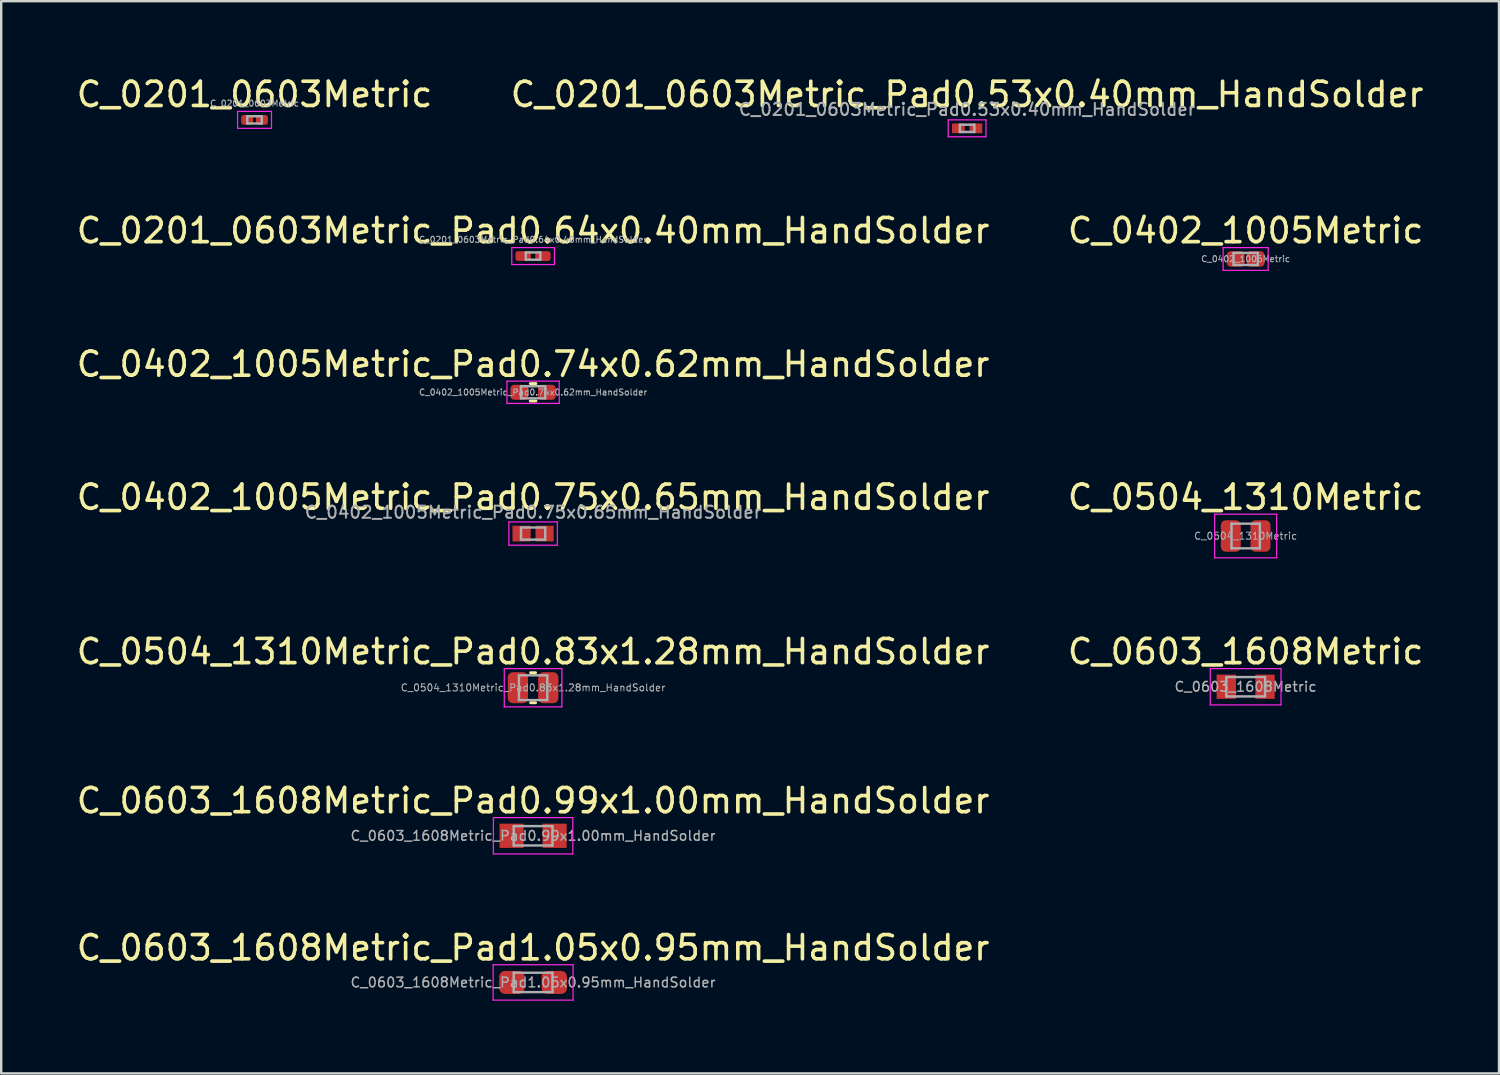
<source format=kicad_pcb>
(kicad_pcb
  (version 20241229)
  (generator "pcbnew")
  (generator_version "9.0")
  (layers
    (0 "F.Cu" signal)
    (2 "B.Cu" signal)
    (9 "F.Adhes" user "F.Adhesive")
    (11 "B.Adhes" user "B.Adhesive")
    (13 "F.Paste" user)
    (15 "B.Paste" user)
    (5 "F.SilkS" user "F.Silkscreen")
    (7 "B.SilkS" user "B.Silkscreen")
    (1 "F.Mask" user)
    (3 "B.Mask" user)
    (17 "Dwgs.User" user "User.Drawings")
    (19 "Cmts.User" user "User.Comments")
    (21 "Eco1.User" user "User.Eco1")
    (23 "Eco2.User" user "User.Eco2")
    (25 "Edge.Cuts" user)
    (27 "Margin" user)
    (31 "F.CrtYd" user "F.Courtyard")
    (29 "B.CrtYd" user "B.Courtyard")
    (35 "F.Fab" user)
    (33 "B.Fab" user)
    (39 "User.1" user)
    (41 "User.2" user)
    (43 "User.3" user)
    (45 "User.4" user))
  (footprint "C_0603_1608Metric_Pad1.05x0.95mm_HandSolder"
    (layer "F.Cu")
    (at 18.958 37.508)
    (property "Reference" "C_0603_1608Metric_Pad1.05x0.95mm_HandSolder" (at 0 -1.43 0) (layer "F.SilkS") (effects (font (size 1 1) (thickness 0.15))))
    (attr smd)
    (fp_line (start -1.65 -0.73) (end 1.65 -0.73) (stroke (width 0.05) (type solid)) (layer "F.CrtYd"))
    (fp_line (start -1.65 0.73) (end -1.65 -0.73) (stroke (width 0.05) (type solid)) (layer "F.CrtYd"))
    (fp_line (start 1.65 -0.73) (end 1.65 0.73) (stroke (width 0.05) (type solid)) (layer "F.CrtYd"))
    (fp_line (start 1.65 0.73) (end -1.65 0.73) (stroke (width 0.05) (type solid)) (layer "F.CrtYd"))
    (fp_line (start -0.8 -0.4) (end 0.8 -0.4) (stroke (width 0.1) (type solid)) (layer "F.Fab"))
    (fp_line (start -0.8 0.4) (end -0.8 -0.4) (stroke (width 0.1) (type solid)) (layer "F.Fab"))
    (fp_line (start 0.8 -0.4) (end 0.8 0.4) (stroke (width 0.1) (type solid)) (layer "F.Fab"))
    (fp_line (start 0.8 0.4) (end -0.8 0.4) (stroke (width 0.1) (type solid)) (layer "F.Fab"))
    (fp_text user "${REFERENCE}" (at 0 0 0) (layer "F.Fab") (effects (font (size 0.4 0.4) (thickness 0.06))))
    (pad "1" smd roundrect (at -0.875 0) (size 1.05 0.95) (layers "F.Cu" "F.Mask" "F.Paste") (roundrect_rratio 0.25))
    (pad "2" smd roundrect (at 0.875 0) (size 1.05 0.95) (layers "F.Cu" "F.Mask" "F.Paste") (roundrect_rratio 0.25)))
  (footprint "C_0603_1608Metric"
    (layer "F.Cu")
    (at 48.375 25.301)
    (property "Reference" "C_0603_1608Metric" (at 0 -1.45 0) (layer "F.SilkS") (effects (font (size 1 1) (thickness 0.15))))
    (attr smd)
    (fp_line (start -1.46 -0.75) (end 1.46 -0.75) (stroke (width 0.05) (type solid)) (layer "F.CrtYd"))
    (fp_line (start -1.46 0.75) (end -1.46 -0.75) (stroke (width 0.05) (type solid)) (layer "F.CrtYd"))
    (fp_line (start 1.46 -0.75) (end 1.46 0.75) (stroke (width 0.05) (type solid)) (layer "F.CrtYd"))
    (fp_line (start 1.46 0.75) (end -1.46 0.75) (stroke (width 0.05) (type solid)) (layer "F.CrtYd"))
    (fp_line (start -0.8 -0.4) (end 0.8 -0.4) (stroke (width 0.1) (type solid)) (layer "F.Fab"))
    (fp_line (start -0.8 0.4) (end -0.8 -0.4) (stroke (width 0.1) (type solid)) (layer "F.Fab"))
    (fp_line (start 0.8 -0.4) (end 0.8 0.4) (stroke (width 0.1) (type solid)) (layer "F.Fab"))
    (fp_line (start 0.8 0.4) (end -0.8 0.4) (stroke (width 0.1) (type solid)) (layer "F.Fab"))
    (fp_text user "${REFERENCE}" (at 0 0 0) (layer "F.Fab") (effects (font (size 0.4 0.4) (thickness 0.06))))
    (pad "1" smd rect (at -0.8 0) (size 0.8 1) (layers "F.Cu" "F.Mask" "F.Paste"))
    (pad "2" smd rect (at 0.8 0) (size 0.8 1) (layers "F.Cu" "F.Mask" "F.Paste")))
  (footprint "C_0201_0603Metric_Pad0.53x0.40mm_HandSolder"
    (layer "F.Cu")
    (at 36.875 2.248)
    (property "Reference" "C_0201_0603Metric_Pad0.53x0.40mm_HandSolder" (at 0 -1.4 0) (layer "F.SilkS") (effects (font (size 1 1) (thickness 0.15))))
    (attr smd)
    (fp_line (start -0.78 -0.35) (end 0.78 -0.35) (stroke (width 0.05) (type solid)) (layer "F.CrtYd"))
    (fp_line (start -0.78 0.35) (end -0.78 -0.35) (stroke (width 0.05) (type solid)) (layer "F.CrtYd"))
    (fp_line (start 0.78 -0.35) (end 0.78 0.35) (stroke (width 0.05) (type solid)) (layer "F.CrtYd"))
    (fp_line (start 0.78 0.35) (end -0.78 0.35) (stroke (width 0.05) (type solid)) (layer "F.CrtYd"))
    (fp_line (start -0.3 -0.15) (end 0.3 -0.15) (stroke (width 0.1) (type solid)) (layer "F.Fab"))
    (fp_line (start -0.3 0.15) (end -0.3 -0.15) (stroke (width 0.1) (type solid)) (layer "F.Fab"))
    (fp_line (start 0.3 -0.15) (end 0.3 0.15) (stroke (width 0.1) (type solid)) (layer "F.Fab"))
    (fp_line (start 0.3 0.15) (end -0.3 0.15) (stroke (width 0.1) (type solid)) (layer "F.Fab"))
    (fp_text user "${REFERENCE}" (at 0 -0.78 0) (layer "F.Fab") (effects (font (size 0.5 0.5) (thickness 0.08))))
    (pad "1" smd rect (at -0.362 0) (size 0.525 0.4) (layers "F.Cu" "F.Mask" "F.Paste"))
    (pad "2" smd rect (at 0.362 0) (size 0.525 0.4) (layers "F.Cu" "F.Mask" "F.Paste")))
  (footprint "C_0402_1005Metric"
    (layer "F.Cu")
    (at 48.375 7.641)
    (property "Reference" "C_0402_1005Metric" (at 0 -1.17 0) (layer "F.SilkS") (effects (font (size 1 1) (thickness 0.15))))
    (attr smd)
    (fp_line (start -0.93 -0.47) (end 0.93 -0.47) (stroke (width 0.05) (type solid)) (layer "F.CrtYd"))
    (fp_line (start -0.93 0.47) (end -0.93 -0.47) (stroke (width 0.05) (type solid)) (layer "F.CrtYd"))
    (fp_line (start 0.93 -0.47) (end 0.93 0.47) (stroke (width 0.05) (type solid)) (layer "F.CrtYd"))
    (fp_line (start 0.93 0.47) (end -0.93 0.47) (stroke (width 0.05) (type solid)) (layer "F.CrtYd"))
    (fp_line (start -0.5 -0.25) (end 0.5 -0.25) (stroke (width 0.1) (type solid)) (layer "F.Fab"))
    (fp_line (start -0.5 0.25) (end -0.5 -0.25) (stroke (width 0.1) (type solid)) (layer "F.Fab"))
    (fp_line (start 0.5 -0.25) (end 0.5 0.25) (stroke (width 0.1) (type solid)) (layer "F.Fab"))
    (fp_line (start 0.5 0.25) (end -0.5 0.25) (stroke (width 0.1) (type solid)) (layer "F.Fab"))
    (fp_text user "${REFERENCE}" (at 0 0 0) (layer "F.Fab") (effects (font (size 0.25 0.25) (thickness 0.04))))
    (pad "1" smd roundrect (at -0.41 0) (size 0.74 0.64) (layers "F.Cu" "F.Mask" "F.Paste") (roundrect_rratio 0.25))
    (pad "2" smd roundrect (at 0.41 0) (size 0.74 0.64) (layers "F.Cu" "F.Mask" "F.Paste") (roundrect_rratio 0.25)))
  (footprint "C_0201_0603Metric_Pad0.64x0.40mm_HandSolder"
    (layer "F.Cu")
    (at 18.958 7.521)
    (property "Reference" "C_0201_0603Metric_Pad0.64x0.40mm_HandSolder" (at 0 -1.05 0) (layer "F.SilkS") (effects (font (size 1 1) (thickness 0.15))))
    (attr smd)
    (fp_line (start -0.88 -0.35) (end 0.88 -0.35) (stroke (width 0.05) (type solid)) (layer "F.CrtYd"))
    (fp_line (start -0.88 0.35) (end -0.88 -0.35) (stroke (width 0.05) (type solid)) (layer "F.CrtYd"))
    (fp_line (start 0.88 -0.35) (end 0.88 0.35) (stroke (width 0.05) (type solid)) (layer "F.CrtYd"))
    (fp_line (start 0.88 0.35) (end -0.88 0.35) (stroke (width 0.05) (type solid)) (layer "F.CrtYd"))
    (fp_line (start -0.3 -0.15) (end 0.3 -0.15) (stroke (width 0.1) (type solid)) (layer "F.Fab"))
    (fp_line (start -0.3 0.15) (end -0.3 -0.15) (stroke (width 0.1) (type solid)) (layer "F.Fab"))
    (fp_line (start 0.3 -0.15) (end 0.3 0.15) (stroke (width 0.1) (type solid)) (layer "F.Fab"))
    (fp_line (start 0.3 0.15) (end -0.3 0.15) (stroke (width 0.1) (type solid)) (layer "F.Fab"))
    (fp_text user "${REFERENCE}" (at 0 -0.68 0) (layer "F.Fab") (effects (font (size 0.25 0.25) (thickness 0.04))))
    (pad "1" smd roundrect (at -0.407 0) (size 0.635 0.4) (layers "F.Cu" "F.Mask" "F.Paste") (roundrect_rratio 0.25))
    (pad "2" smd roundrect (at 0.407 0) (size 0.635 0.4) (layers "F.Cu" "F.Mask" "F.Paste") (roundrect_rratio 0.25)))
  (footprint "C_0201_0603Metric"
    (layer "F.Cu")
    (at 7.458 1.898)
    (property "Reference" "C_0201_0603Metric" (at 0 -1.05 0) (layer "F.SilkS") (effects (font (size 1 1) (thickness 0.15))))
    (attr smd)
    (fp_line (start -0.7 -0.35) (end 0.7 -0.35) (stroke (width 0.05) (type solid)) (layer "F.CrtYd"))
    (fp_line (start -0.7 0.35) (end -0.7 -0.35) (stroke (width 0.05) (type solid)) (layer "F.CrtYd"))
    (fp_line (start 0.7 -0.35) (end 0.7 0.35) (stroke (width 0.05) (type solid)) (layer "F.CrtYd"))
    (fp_line (start 0.7 0.35) (end -0.7 0.35) (stroke (width 0.05) (type solid)) (layer "F.CrtYd"))
    (fp_line (start -0.3 -0.15) (end 0.3 -0.15) (stroke (width 0.1) (type solid)) (layer "F.Fab"))
    (fp_line (start -0.3 0.15) (end -0.3 -0.15) (stroke (width 0.1) (type solid)) (layer "F.Fab"))
    (fp_line (start 0.3 -0.15) (end 0.3 0.15) (stroke (width 0.1) (type solid)) (layer "F.Fab"))
    (fp_line (start 0.3 0.15) (end -0.3 0.15) (stroke (width 0.1) (type solid)) (layer "F.Fab"))
    (fp_text user "${REFERENCE}" (at 0 -0.68 0) (layer "F.Fab") (effects (font (size 0.25 0.25) (thickness 0.04))))
    (pad "" smd roundrect (at -0.33 0) (size 0.342 0.36) (layers "F.Paste") (roundrect_rratio 0.25))
    (pad "" smd roundrect (at 0.33 0) (size 0.342 0.36) (layers "F.Paste") (roundrect_rratio 0.25))
    (pad "1" smd roundrect (at -0.305 0) (size 0.49 0.4) (layers "F.Cu" "F.Mask") (roundrect_rratio 0.25))
    (pad "2" smd roundrect (at 0.305 0) (size 0.49 0.4) (layers "F.Cu" "F.Mask") (roundrect_rratio 0.25)))
  (footprint "C_0402_1005Metric_Pad0.74x0.62mm_HandSolder"
    (layer "F.Cu")
    (at 18.958 13.145)
    (property "Reference" "C_0402_1005Metric_Pad0.74x0.62mm_HandSolder" (at 0 -1.16 0) (layer "F.SilkS") (effects (font (size 1 1) (thickness 0.15))))
    (attr smd)
    (fp_line (start -0.116 -0.36) (end 0.116 -0.36) (stroke (width 0.12) (type solid)) (layer "F.SilkS"))
    (fp_line (start -0.116 0.36) (end 0.116 0.36) (stroke (width 0.12) (type solid)) (layer "F.SilkS"))
    (fp_line (start -1.08 -0.46) (end 1.08 -0.46) (stroke (width 0.05) (type solid)) (layer "F.CrtYd"))
    (fp_line (start -1.08 0.46) (end -1.08 -0.46) (stroke (width 0.05) (type solid)) (layer "F.CrtYd"))
    (fp_line (start 1.08 -0.46) (end 1.08 0.46) (stroke (width 0.05) (type solid)) (layer "F.CrtYd"))
    (fp_line (start 1.08 0.46) (end -1.08 0.46) (stroke (width 0.05) (type solid)) (layer "F.CrtYd"))
    (fp_line (start -0.5 -0.25) (end 0.5 -0.25) (stroke (width 0.1) (type solid)) (layer "F.Fab"))
    (fp_line (start -0.5 0.25) (end -0.5 -0.25) (stroke (width 0.1) (type solid)) (layer "F.Fab"))
    (fp_line (start 0.5 -0.25) (end 0.5 0.25) (stroke (width 0.1) (type solid)) (layer "F.Fab"))
    (fp_line (start 0.5 0.25) (end -0.5 0.25) (stroke (width 0.1) (type solid)) (layer "F.Fab"))
    (fp_text user "${REFERENCE}" (at 0 0 0) (layer "F.Fab") (effects (font (size 0.25 0.25) (thickness 0.04))))
    (pad "1" smd roundrect (at -0.568 0) (size 0.735 0.62) (layers "F.Cu" "F.Mask" "F.Paste") (roundrect_rratio 0.25))
    (pad "2" smd roundrect (at 0.568 0) (size 0.735 0.62) (layers "F.Cu" "F.Mask" "F.Paste") (roundrect_rratio 0.25)))
  (footprint "C_0402_1005Metric_Pad0.75x0.65mm_HandSolder"
    (layer "F.Cu")
    (at 18.958 18.978)
    (property "Reference" "C_0402_1005Metric_Pad0.75x0.65mm_HandSolder" (at 0 -1.5 0) (layer "F.SilkS") (effects (font (size 1 1) (thickness 0.15))))
    (attr smd)
    (fp_line (start -1 -0.48) (end 1 -0.48) (stroke (width 0.05) (type solid)) (layer "F.CrtYd"))
    (fp_line (start -1 0.48) (end -1 -0.48) (stroke (width 0.05) (type solid)) (layer "F.CrtYd"))
    (fp_line (start 1 -0.48) (end 1 0.48) (stroke (width 0.05) (type solid)) (layer "F.CrtYd"))
    (fp_line (start 1 0.48) (end -1 0.48) (stroke (width 0.05) (type solid)) (layer "F.CrtYd"))
    (fp_line (start -0.5 -0.25) (end 0.5 -0.25) (stroke (width 0.1) (type solid)) (layer "F.Fab"))
    (fp_line (start -0.5 0.25) (end -0.5 -0.25) (stroke (width 0.1) (type solid)) (layer "F.Fab"))
    (fp_line (start 0.5 -0.25) (end 0.5 0.25) (stroke (width 0.1) (type solid)) (layer "F.Fab"))
    (fp_line (start 0.5 0.25) (end -0.5 0.25) (stroke (width 0.1) (type solid)) (layer "F.Fab"))
    (fp_text user "${REFERENCE}" (at 0 -0.88 0) (layer "F.Fab") (effects (font (size 0.5 0.5) (thickness 0.08))))
    (pad "1" smd rect (at -0.475 0) (size 0.75 0.65) (layers "F.Cu" "F.Mask" "F.Paste"))
    (pad "2" smd rect (at 0.475 0) (size 0.75 0.65) (layers "F.Cu" "F.Mask" "F.Paste")))
  (footprint "C_0504_1310Metric_Pad0.83x1.28mm_HandSolder"
    (layer "F.Cu")
    (at 18.958 25.341)
    (property "Reference" "C_0504_1310Metric_Pad0.83x1.28mm_HandSolder" (at 0 -1.49 0) (layer "F.SilkS") (effects (font (size 1 1) (thickness 0.15))))
    (attr smd)
    (fp_line (start -0.102 -0.62) (end 0.102 -0.62) (stroke (width 0.12) (type solid)) (layer "F.SilkS"))
    (fp_line (start -0.102 0.62) (end 0.102 0.62) (stroke (width 0.12) (type solid)) (layer "F.SilkS"))
    (fp_line (start -1.19 -0.79) (end 1.19 -0.79) (stroke (width 0.05) (type solid)) (layer "F.CrtYd"))
    (fp_line (start -1.19 0.79) (end -1.19 -0.79) (stroke (width 0.05) (type solid)) (layer "F.CrtYd"))
    (fp_line (start 1.19 -0.79) (end 1.19 0.79) (stroke (width 0.05) (type solid)) (layer "F.CrtYd"))
    (fp_line (start 1.19 0.79) (end -1.19 0.79) (stroke (width 0.05) (type solid)) (layer "F.CrtYd"))
    (fp_line (start -0.585 -0.51) (end 0.585 -0.51) (stroke (width 0.1) (type solid)) (layer "F.Fab"))
    (fp_line (start -0.585 0.51) (end -0.585 -0.51) (stroke (width 0.1) (type solid)) (layer "F.Fab"))
    (fp_line (start 0.585 -0.51) (end 0.585 0.51) (stroke (width 0.1) (type solid)) (layer "F.Fab"))
    (fp_line (start 0.585 0.51) (end -0.585 0.51) (stroke (width 0.1) (type solid)) (layer "F.Fab"))
    (fp_text user "${REFERENCE}" (at 0 0 0) (layer "F.Fab") (effects (font (size 0.29 0.29) (thickness 0.04))))
    (pad "1" smd roundrect (at -0.627 0) (size 0.835 1.28) (layers "F.Cu" "F.Mask" "F.Paste") (roundrect_rratio 0.25))
    (pad "2" smd roundrect (at 0.627 0) (size 0.835 1.28) (layers "F.Cu" "F.Mask" "F.Paste") (roundrect_rratio 0.25)))
  (footprint "C_0504_1310Metric"
    (layer "F.Cu")
    (at 48.375 19.078)
    (property "Reference" "C_0504_1310Metric" (at 0 -1.6 0) (layer "F.SilkS") (effects (font (size 1 1) (thickness 0.15))))
    (attr smd)
    (fp_line (start -1.28 -0.9) (end 1.28 -0.9) (stroke (width 0.05) (type solid)) (layer "F.CrtYd"))
    (fp_line (start -1.28 0.9) (end -1.28 -0.9) (stroke (width 0.05) (type solid)) (layer "F.CrtYd"))
    (fp_line (start 1.28 -0.9) (end 1.28 0.9) (stroke (width 0.05) (type solid)) (layer "F.CrtYd"))
    (fp_line (start 1.28 0.9) (end -1.28 0.9) (stroke (width 0.05) (type solid)) (layer "F.CrtYd"))
    (fp_line (start -0.585 -0.51) (end 0.585 -0.51) (stroke (width 0.1) (type solid)) (layer "F.Fab"))
    (fp_line (start -0.585 0.51) (end -0.585 -0.51) (stroke (width 0.1) (type solid)) (layer "F.Fab"))
    (fp_line (start 0.585 -0.51) (end 0.585 0.51) (stroke (width 0.1) (type solid)) (layer "F.Fab"))
    (fp_line (start 0.585 0.51) (end -0.585 0.51) (stroke (width 0.1) (type solid)) (layer "F.Fab"))
    (fp_text user "${REFERENCE}" (at 0 0 0) (layer "F.Fab") (effects (font (size 0.29 0.29) (thickness 0.04))))
    (pad "1" smd roundrect (at -0.613 0) (size 0.825 1.3) (layers "F.Cu" "F.Mask" "F.Paste") (roundrect_rratio 0.25))
    (pad "2" smd roundrect (at 0.613 0) (size 0.825 1.3) (layers "F.Cu" "F.Mask" "F.Paste") (roundrect_rratio 0.25)))
  (footprint "C_0603_1608Metric_Pad0.99x1.00mm_HandSolder"
    (layer "F.Cu")
    (at 18.958 31.454)
    (property "Reference" "C_0603_1608Metric_Pad0.99x1.00mm_HandSolder" (at 0 -1.45 0) (layer "F.SilkS") (effects (font (size 1 1) (thickness 0.15))))
    (attr smd)
    (fp_line (start -1.64 -0.75) (end 1.64 -0.75) (stroke (width 0.05) (type solid)) (layer "F.CrtYd"))
    (fp_line (start -1.64 0.75) (end -1.64 -0.75) (stroke (width 0.05) (type solid)) (layer "F.CrtYd"))
    (fp_line (start 1.64 -0.75) (end 1.64 0.75) (stroke (width 0.05) (type solid)) (layer "F.CrtYd"))
    (fp_line (start 1.64 0.75) (end -1.64 0.75) (stroke (width 0.05) (type solid)) (layer "F.CrtYd"))
    (fp_line (start -0.8 -0.4) (end 0.8 -0.4) (stroke (width 0.1) (type solid)) (layer "F.Fab"))
    (fp_line (start -0.8 0.4) (end -0.8 -0.4) (stroke (width 0.1) (type solid)) (layer "F.Fab"))
    (fp_line (start 0.8 -0.4) (end 0.8 0.4) (stroke (width 0.1) (type solid)) (layer "F.Fab"))
    (fp_line (start 0.8 0.4) (end -0.8 0.4) (stroke (width 0.1) (type solid)) (layer "F.Fab"))
    (fp_text user "${REFERENCE}" (at 0 0 0) (layer "F.Fab") (effects (font (size 0.4 0.4) (thickness 0.06))))
    (pad "1" smd rect (at -0.887 0) (size 0.995 1) (layers "F.Cu" "F.Mask" "F.Paste"))
    (pad "2" smd rect (at 0.887 0) (size 0.995 1) (layers "F.Cu" "F.Mask" "F.Paste")))
  (gr_rect
    (start -3 -3)
    (end 58.833 41.263)
    (stroke (width 0.1) (type default))
    (fill no)
    (layer "Edge.Cuts")))
</source>
